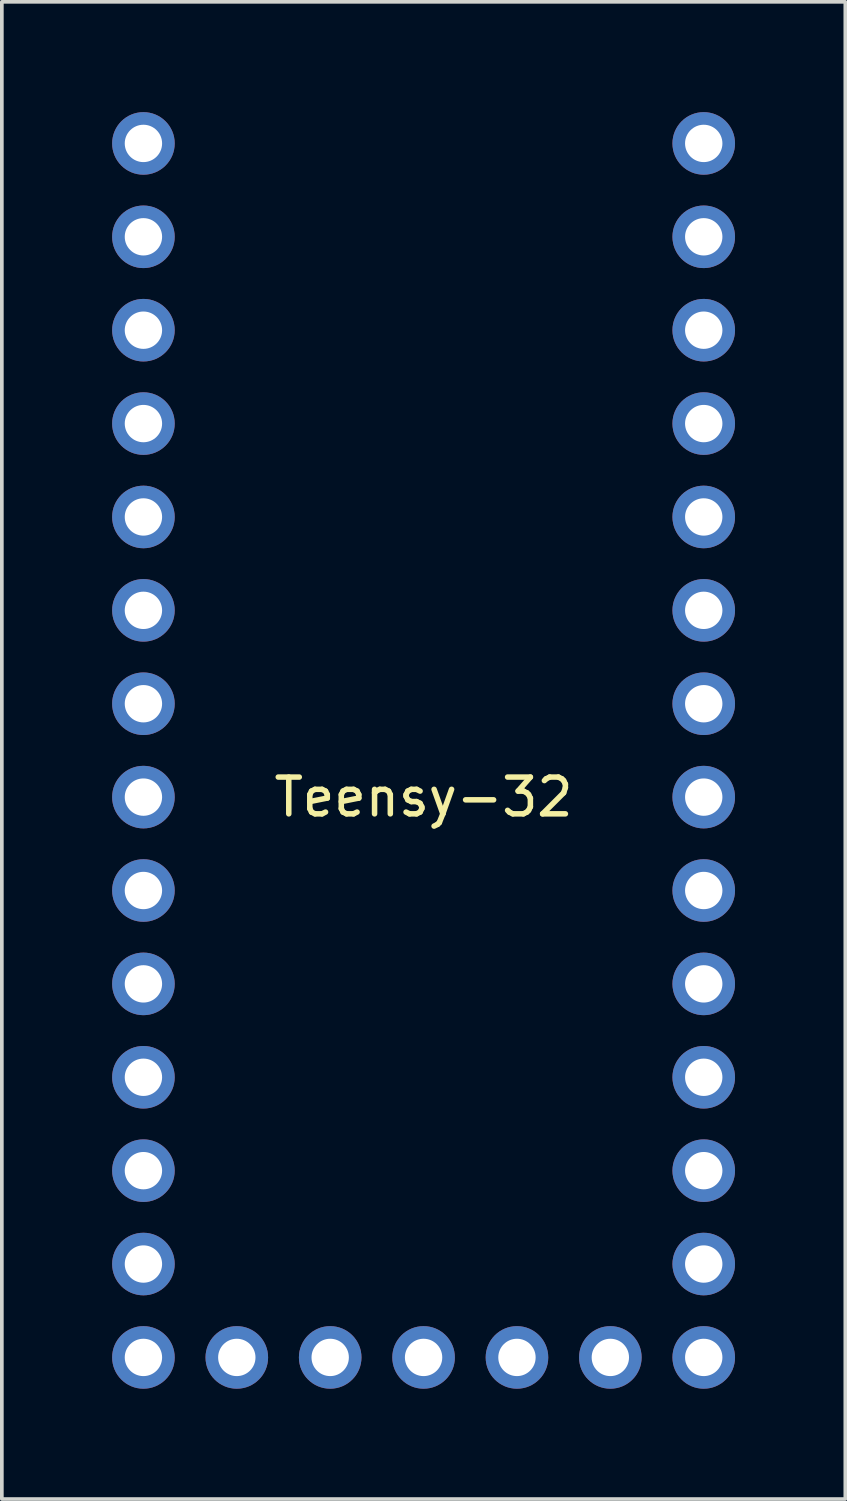
<source format=kicad_pcb>
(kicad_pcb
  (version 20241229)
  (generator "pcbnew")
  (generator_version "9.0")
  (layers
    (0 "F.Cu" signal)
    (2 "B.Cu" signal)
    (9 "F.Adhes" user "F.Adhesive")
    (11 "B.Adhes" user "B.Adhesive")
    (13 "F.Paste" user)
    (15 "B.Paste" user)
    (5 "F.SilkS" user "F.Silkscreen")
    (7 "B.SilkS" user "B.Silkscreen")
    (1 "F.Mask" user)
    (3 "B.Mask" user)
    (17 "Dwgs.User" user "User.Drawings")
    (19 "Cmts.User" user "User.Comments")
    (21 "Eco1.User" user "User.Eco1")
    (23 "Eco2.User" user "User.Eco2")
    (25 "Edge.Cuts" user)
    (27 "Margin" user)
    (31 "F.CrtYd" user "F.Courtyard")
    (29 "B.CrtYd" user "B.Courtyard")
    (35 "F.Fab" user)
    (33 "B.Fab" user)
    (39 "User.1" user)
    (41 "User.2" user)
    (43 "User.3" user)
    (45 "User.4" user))
  (footprint "Teensy-32"
    (layer "F.Cu")
    (at 8.471 16.091)
    (property "Reference" "Teensy-32" (at 0 2.54 0) (layer "F.SilkS") (effects (font (size 1 1) (thickness 0.15))))
    (attr through_hole)
    (pad "0" thru_hole circle (at -7.62 -12.7) (size 1.702 1.702) (drill 1.016) (layers "*.Cu" "*.Mask"))
    (pad "1" thru_hole circle (at -7.62 -10.16) (size 1.702 1.702) (drill 1.016) (layers "*.Cu" "*.Mask"))
    (pad "2" thru_hole circle (at -7.62 -7.62) (size 1.702 1.702) (drill 1.016) (layers "*.Cu" "*.Mask"))
    (pad "3" thru_hole circle (at -7.62 -5.08) (size 1.702 1.702) (drill 1.016) (layers "*.Cu" "*.Mask"))
    (pad "4" thru_hole circle (at -7.62 -2.54) (size 1.702 1.702) (drill 1.016) (layers "*.Cu" "*.Mask"))
    (pad "5" thru_hole circle (at -7.62 0) (size 1.702 1.702) (drill 1.016) (layers "*.Cu" "*.Mask"))
    (pad "6" thru_hole circle (at -7.62 2.54) (size 1.702 1.702) (drill 1.016) (layers "*.Cu" "*.Mask"))
    (pad "7" thru_hole circle (at -7.62 5.08) (size 1.702 1.702) (drill 1.016) (layers "*.Cu" "*.Mask"))
    (pad "8" thru_hole circle (at -7.62 7.62) (size 1.702 1.702) (drill 1.016) (layers "*.Cu" "*.Mask"))
    (pad "9" thru_hole circle (at -7.62 10.16) (size 1.702 1.702) (drill 1.016) (layers "*.Cu" "*.Mask"))
    (pad "10" thru_hole circle (at -7.62 12.7) (size 1.702 1.702) (drill 1.016) (layers "*.Cu" "*.Mask"))
    (pad "11" thru_hole circle (at -7.62 15.24) (size 1.702 1.702) (drill 1.016) (layers "*.Cu" "*.Mask"))
    (pad "12" thru_hole circle (at -7.62 17.78) (size 1.702 1.702) (drill 1.016) (layers "*.Cu" "*.Mask"))
    (pad "13" thru_hole circle (at 7.62 17.78) (size 1.702 1.702) (drill 1.016) (layers "*.Cu" "*.Mask"))
    (pad "14" thru_hole circle (at 7.62 15.24) (size 1.702 1.702) (drill 1.016) (layers "*.Cu" "*.Mask"))
    (pad "15" thru_hole circle (at 7.62 12.7) (size 1.702 1.702) (drill 1.016) (layers "*.Cu" "*.Mask"))
    (pad "16" thru_hole circle (at 7.62 10.16) (size 1.702 1.702) (drill 1.016) (layers "*.Cu" "*.Mask"))
    (pad "17" thru_hole circle (at 7.62 7.62) (size 1.702 1.702) (drill 1.016) (layers "*.Cu" "*.Mask"))
    (pad "18" thru_hole circle (at 7.62 5.08) (size 1.702 1.702) (drill 1.016) (layers "*.Cu" "*.Mask"))
    (pad "19" thru_hole circle (at 7.62 2.54) (size 1.702 1.702) (drill 1.016) (layers "*.Cu" "*.Mask"))
    (pad "20" thru_hole circle (at 7.62 0) (size 1.702 1.702) (drill 1.016) (layers "*.Cu" "*.Mask"))
    (pad "21" thru_hole circle (at 7.62 -2.54) (size 1.702 1.702) (drill 1.016) (layers "*.Cu" "*.Mask"))
    (pad "22" thru_hole circle (at 7.62 -5.08) (size 1.702 1.702) (drill 1.016) (layers "*.Cu" "*.Mask"))
    (pad "23" thru_hole circle (at 7.62 -7.62) (size 1.702 1.702) (drill 1.016) (layers "*.Cu" "*.Mask"))
    (pad "24" thru_hole circle (at 7.62 -10.16) (size 1.702 1.702) (drill 1.016) (layers "*.Cu" "*.Mask"))
    (pad "25" thru_hole circle (at 7.62 -12.7) (size 1.702 1.702) (drill 1.016) (layers "*.Cu" "*.Mask"))
    (pad "26" thru_hole circle (at 7.62 -15.24) (size 1.702 1.702) (drill 1.016) (layers "*.Cu" "*.Mask"))
    (pad "27" thru_hole circle (at -7.62 -15.24) (size 1.702 1.702) (drill 1.016) (layers "*.Cu" "*.Mask"))
    (pad "28" thru_hole circle (at -5.08 17.78) (size 1.702 1.702) (drill 1.016) (layers "*.Cu" "*.Mask"))
    (pad "29" thru_hole circle (at -2.54 17.78) (size 1.702 1.702) (drill 1.016) (layers "*.Cu" "*.Mask"))
    (pad "30" thru_hole circle (at 0 17.78) (size 1.702 1.702) (drill 1.016) (layers "*.Cu" "*.Mask"))
    (pad "31" thru_hole circle (at 2.54 17.78) (size 1.702 1.702) (drill 1.016) (layers "*.Cu" "*.Mask"))
    (pad "32" thru_hole circle (at 5.08 17.78) (size 1.702 1.702) (drill 1.016) (layers "*.Cu" "*.Mask")))
  (gr_rect
    (start -3 -3)
    (end 19.942 37.722)
    (stroke (width 0.1) (type default))
    (fill no)
    (layer "Edge.Cuts")))
</source>
